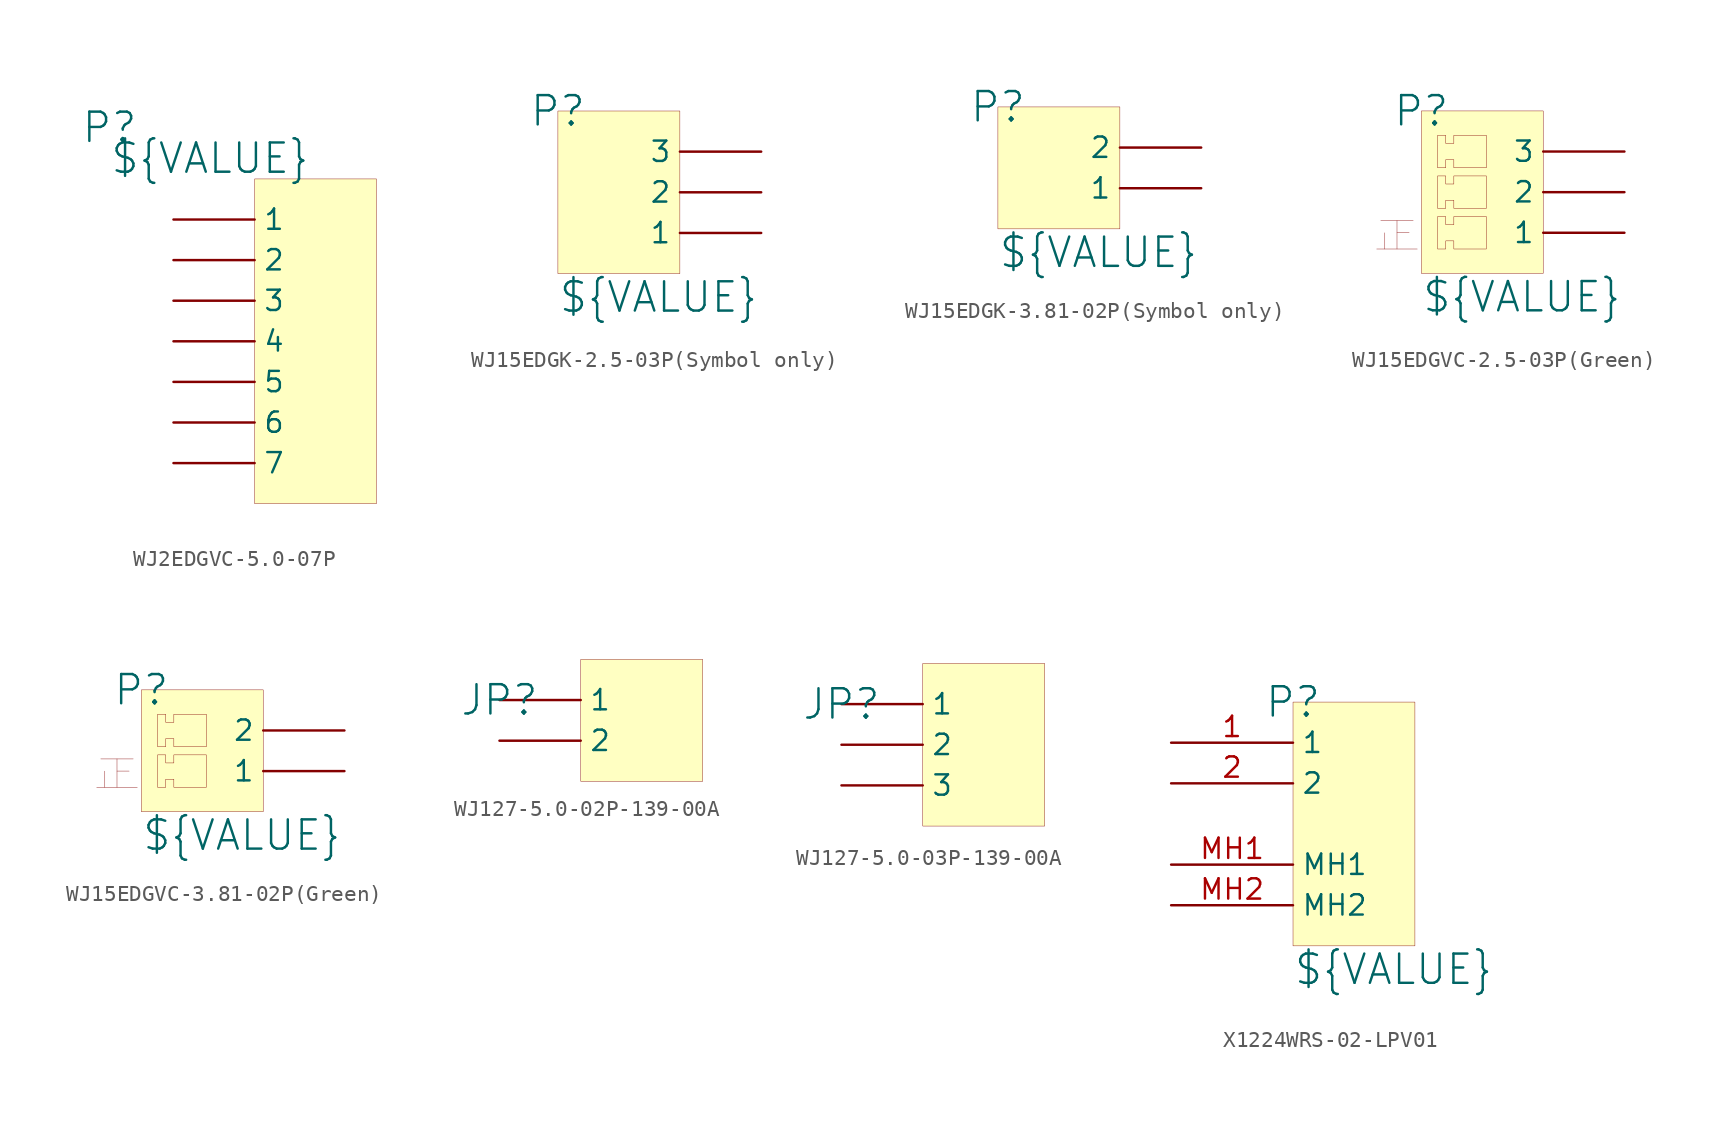
<source format=kicad_sym>
(kicad_symbol_lib
  (version 20241209)
  (generator "kicad_symbol_editor")
  (generator_version "9.0")
  (symbol "WJ2EDGVC-5.0-07P"
    (pin_numbers
      (hide yes))
    (property "Reference" "P"
      (at -9.08 18.46 0)
      (effects (font (size 1.829 1.829))))
    (property "Value" "${VALUE}"
      (at -9.08 15.46 0)
      (effects (font (size 1.829 1.829)) (justify left bottom)))
    (symbol "WJ2EDGVC-5.0-07P_1_0"
      (rectangle (start 7.62 15.24) (end 0 -5.08) (stroke (width 0.025) (type solid) (color 128 0 0 1)) (fill (type background)))
      (pin passive line (at -5.08 12.7 0) (length 5.08) (name "1" (effects (font (size 1.27 1.27)))) (number "1" (effects (font (size 1.27 1.27)))))
      (pin passive line (at -5.08 10.16 0) (length 5.08) (name "2" (effects (font (size 1.27 1.27)))) (number "2" (effects (font (size 1.27 1.27)))))
      (pin passive line (at -5.08 7.62 0) (length 5.08) (name "3" (effects (font (size 1.27 1.27)))) (number "3" (effects (font (size 1.27 1.27)))))
      (pin passive line (at -5.08 5.08 0) (length 5.08) (name "4" (effects (font (size 1.27 1.27)))) (number "4" (effects (font (size 1.27 1.27)))))
      (pin passive line (at -5.08 2.54 0) (length 5.08) (name "5" (effects (font (size 1.27 1.27)))) (number "5" (effects (font (size 1.27 1.27)))))
      (pin passive line (at -5.08 0 0) (length 5.08) (name "6" (effects (font (size 1.27 1.27)))) (number "6" (effects (font (size 1.27 1.27)))))
      (pin passive line (at -5.08 -2.54 0) (length 5.08) (name "7" (effects (font (size 1.27 1.27)))) (number "7" (effects (font (size 1.27 1.27)))))))
  (symbol "WJ15EDGK-2.5-03P(Symbol only)"
    (pin_numbers
      (hide yes))
    (property "Reference" "P"
      (at 0 10.16 0)
      (effects (font (size 1.829 1.829))))
    (property "Value" "${VALUE}"
      (at 0 -2.54 0)
      (effects (font (size 1.829 1.829)) (justify left bottom)))
    (symbol "WJ15EDGK-2.5-03P(Symbol only)_1_0"
      (rectangle (start 7.62 10.16) (end 0 0) (stroke (width 0.025) (type solid) (color 128 0 0 1)) (fill (type background)))
      (pin passive line (at 12.7 7.62 180) (length 5.08) (name "3" (effects (font (size 1.27 1.27)))) (number "3" (effects (font (size 1.27 1.27)))))
      (pin passive line (at 12.7 5.08 180) (length 5.08) (name "2" (effects (font (size 1.27 1.27)))) (number "2" (effects (font (size 1.27 1.27)))))
      (pin passive line (at 12.7 2.54 180) (length 5.08) (name "1" (effects (font (size 1.27 1.27)))) (number "1" (effects (font (size 1.27 1.27)))))))
  (symbol "WJ15EDGK-3.81-02P(Symbol only)"
    (pin_numbers
      (hide yes))
    (property "Reference" "P"
      (at 0 7.62 0)
      (effects (font (size 1.829 1.829))))
    (property "Value" "${VALUE}"
      (at 0 -2.54 0)
      (effects (font (size 1.829 1.829)) (justify left bottom)))
    (symbol "WJ15EDGK-3.81-02P(Symbol only)_1_0"
      (rectangle (start 7.62 7.62) (end 0 0) (stroke (width 0.025) (type solid) (color 128 0 0 1)) (fill (type background)))
      (pin passive line (at 12.7 5.08 180) (length 5.08) (name "2" (effects (font (size 1.27 1.27)))) (number "2" (effects (font (size 1.27 1.27)))))
      (pin passive line (at 12.7 2.54 180) (length 5.08) (name "1" (effects (font (size 1.27 1.27)))) (number "1" (effects (font (size 1.27 1.27)))))))
  (symbol "WJ15EDGVC-2.5-03P(Green)"
    (pin_numbers
      (hide yes))
    (property "Reference" "P"
      (at 0 10.16 0)
      (effects (font (size 1.829 1.829))))
    (property "Value" "${VALUE}"
      (at 0 -2.54 0)
      (effects (font (size 1.829 1.829)) (justify left bottom)))
    (symbol "WJ15EDGVC-2.5-03P(Green)_1_0"
      (polyline (pts (xy -2.794 1.524) (xy -0.254 1.524)) (stroke (width 0.025) (type solid)) (fill (type none)))
      (polyline (pts (xy -2.54 3.302) (xy -0.508 3.302)) (stroke (width 0.025) (type solid)) (fill (type none)))
      (polyline (pts (xy -2.286 2.54) (xy -2.286 1.524)) (stroke (width 0.025) (type solid)) (fill (type none)))
      (polyline (pts (xy -1.524 3.302) (xy -1.524 1.524)) (stroke (width 0.025) (type solid)) (fill (type none)))
      (polyline (pts (xy -0.762 2.54) (xy -1.524 2.54)) (stroke (width 0.025) (type solid)) (fill (type none)))
      (polyline (pts (xy 1.016 8.636) (xy 1.016 6.604) (xy 1.524 6.604) (xy 1.524 7.112) (xy 2.032 7.112) (xy 2.032 6.604) (xy 4.064 6.604) (xy 4.064 8.636) (xy 2.032 8.636) (xy 2.032 8.128) (xy 1.524 8.128) (xy 1.524 8.636) (xy 1.016 8.636)) (stroke (width 0.025) (type solid)) (fill (type none)))
      (polyline (pts (xy 1.016 6.096) (xy 1.016 4.064) (xy 1.524 4.064) (xy 1.524 4.572) (xy 2.032 4.572) (xy 2.032 4.064) (xy 4.064 4.064) (xy 4.064 6.096) (xy 2.032 6.096) (xy 2.032 5.588) (xy 1.524 5.588) (xy 1.524 6.096) (xy 1.016 6.096)) (stroke (width 0.025) (type solid)) (fill (type none)))
      (polyline (pts (xy 1.016 3.556) (xy 1.016 1.524) (xy 1.524 1.524) (xy 1.524 2.032) (xy 2.032 2.032) (xy 2.032 1.524) (xy 4.064 1.524) (xy 4.064 3.556) (xy 2.032 3.556) (xy 2.032 3.048) (xy 1.524 3.048) (xy 1.524 3.556) (xy 1.016 3.556)) (stroke (width 0.025) (type solid)) (fill (type none)))
      (rectangle (start 7.62 10.16) (end 0 0) (stroke (width 0.025) (type solid) (color 128 0 0 1)) (fill (type background)))
      (pin passive line (at 12.7 7.62 180) (length 5.08) (name "3" (effects (font (size 1.27 1.27)))) (number "3" (effects (font (size 1.27 1.27)))))
      (pin passive line (at 12.7 5.08 180) (length 5.08) (name "2" (effects (font (size 1.27 1.27)))) (number "2" (effects (font (size 1.27 1.27)))))
      (pin passive line (at 12.7 2.54 180) (length 5.08) (name "1" (effects (font (size 1.27 1.27)))) (number "1" (effects (font (size 1.27 1.27)))))))
  (symbol "WJ15EDGVC-3.81-02P(Green)"
    (pin_numbers
      (hide yes))
    (property "Reference" "P"
      (at 0 7.62 0)
      (effects (font (size 1.829 1.829))))
    (property "Value" "${VALUE}"
      (at 0 -2.54 0)
      (effects (font (size 1.829 1.829)) (justify left bottom)))
    (symbol "WJ15EDGVC-3.81-02P(Green)_1_0"
      (polyline (pts (xy -2.794 1.524) (xy -0.254 1.524)) (stroke (width 0.025) (type solid)) (fill (type none)))
      (polyline (pts (xy -2.54 3.302) (xy -0.508 3.302)) (stroke (width 0.025) (type solid)) (fill (type none)))
      (polyline (pts (xy -2.286 2.54) (xy -2.286 1.524)) (stroke (width 0.025) (type solid)) (fill (type none)))
      (polyline (pts (xy -1.524 3.302) (xy -1.524 1.524)) (stroke (width 0.025) (type solid)) (fill (type none)))
      (polyline (pts (xy -0.762 2.54) (xy -1.524 2.54)) (stroke (width 0.025) (type solid)) (fill (type none)))
      (polyline (pts (xy 1.016 6.096) (xy 1.016 4.064) (xy 1.524 4.064) (xy 1.524 4.572) (xy 2.032 4.572) (xy 2.032 4.064) (xy 4.064 4.064) (xy 4.064 6.096) (xy 2.032 6.096) (xy 2.032 5.588) (xy 1.524 5.588) (xy 1.524 6.096) (xy 1.016 6.096)) (stroke (width 0.025) (type solid)) (fill (type none)))
      (polyline (pts (xy 1.016 3.556) (xy 1.016 1.524) (xy 1.524 1.524) (xy 1.524 2.032) (xy 2.032 2.032) (xy 2.032 1.524) (xy 4.064 1.524) (xy 4.064 3.556) (xy 2.032 3.556) (xy 2.032 3.048) (xy 1.524 3.048) (xy 1.524 3.556) (xy 1.016 3.556)) (stroke (width 0.025) (type solid)) (fill (type none)))
      (rectangle (start 7.62 7.62) (end 0 0) (stroke (width 0.025) (type solid) (color 128 0 0 1)) (fill (type background)))
      (pin passive line (at 12.7 5.08 180) (length 5.08) (name "2" (effects (font (size 1.27 1.27)))) (number "2" (effects (font (size 1.27 1.27)))))
      (pin passive line (at 12.7 2.54 180) (length 5.08) (name "1" (effects (font (size 1.27 1.27)))) (number "1" (effects (font (size 1.27 1.27)))))))
  (symbol "WJ127-5.0-02P-139-00A"
    (pin_numbers
      (hide yes))
    (property "Reference" "JP"
      (at 0 0 0)
      (effects (font (size 1.829 1.829))))
    (property "Value" "${VALUE}"
      (at 0 -12.7 0)
      (effects (font (size 1.829 1.829)) (justify left bottom) (hide yes)))
    (symbol "WJ127-5.0-02P-139-00A_1_0"
      (rectangle (start 12.7 2.54) (end 5.08 -5.08) (stroke (width 0.025) (type solid) (color 128 0 0 1)) (fill (type background)))
      (pin passive line (at 0 0 0) (length 5.08) (name "1" (effects (font (size 1.27 1.27)))) (number "1" (effects (font (size 1.27 1.27)))))
      (pin passive line (at 0 -2.54 0) (length 5.08) (name "2" (effects (font (size 1.27 1.27)))) (number "2" (effects (font (size 1.27 1.27)))))))
  (symbol "WJ127-5.0-03P-139-00A"
    (pin_numbers
      (hide yes))
    (property "Reference" "JP"
      (at 0 0 0)
      (effects (font (size 1.829 1.829))))
    (property "Value" "${VALUE}"
      (at 0 -12.7 0)
      (effects (font (size 1.829 1.829)) (justify left bottom) (hide yes)))
    (symbol "WJ127-5.0-03P-139-00A_1_0"
      (rectangle (start 12.7 2.54) (end 5.08 -7.62) (stroke (width 0.025) (type solid) (color 128 0 0 1)) (fill (type background)))
      (pin passive line (at 0 0 0) (length 5.08) (name "1" (effects (font (size 1.27 1.27)))) (number "1" (effects (font (size 1.27 1.27)))))
      (pin passive line (at 0 -2.54 0) (length 5.08) (name "2" (effects (font (size 1.27 1.27)))) (number "2" (effects (font (size 1.27 1.27)))))
      (pin passive line (at 0 -5.08 0) (length 5.08) (name "3" (effects (font (size 1.27 1.27)))) (number "3" (effects (font (size 1.27 1.27)))))))
  (symbol "X1224WRS-02-LPV01"
    (property "Reference" "P"
      (at 0 0 0)
      (effects (font (size 1.829 1.829))))
    (property "Value" "${VALUE}"
      (at 0 -17.78 0)
      (effects (font (size 1.829 1.829)) (justify left bottom)))
    (symbol "X1224WRS-02-LPV01_1_0"
      (rectangle (start 7.62 0) (end 0 -15.24) (stroke (width 0.025) (type solid) (color 128 0 0 1)) (fill (type background)))
      (pin passive line (at -7.62 -2.54 0) (length 7.62) (name "1" (effects (font (size 1.27 1.27)))) (number "1" (effects (font (size 1.27 1.27)))))
      (pin passive line (at -7.62 -5.08 0) (length 7.62) (name "2" (effects (font (size 1.27 1.27)))) (number "2" (effects (font (size 1.27 1.27)))))
      (pin passive line (at -7.62 -10.16 0) (length 7.62) (name "MH1" (effects (font (size 1.27 1.27)))) (number "MH1" (effects (font (size 1.27 1.27)))))
      (pin passive line (at -7.62 -12.7 0) (length 7.62) (name "MH2" (effects (font (size 1.27 1.27)))) (number "MH2" (effects (font (size 1.27 1.27))))))))
</source>
